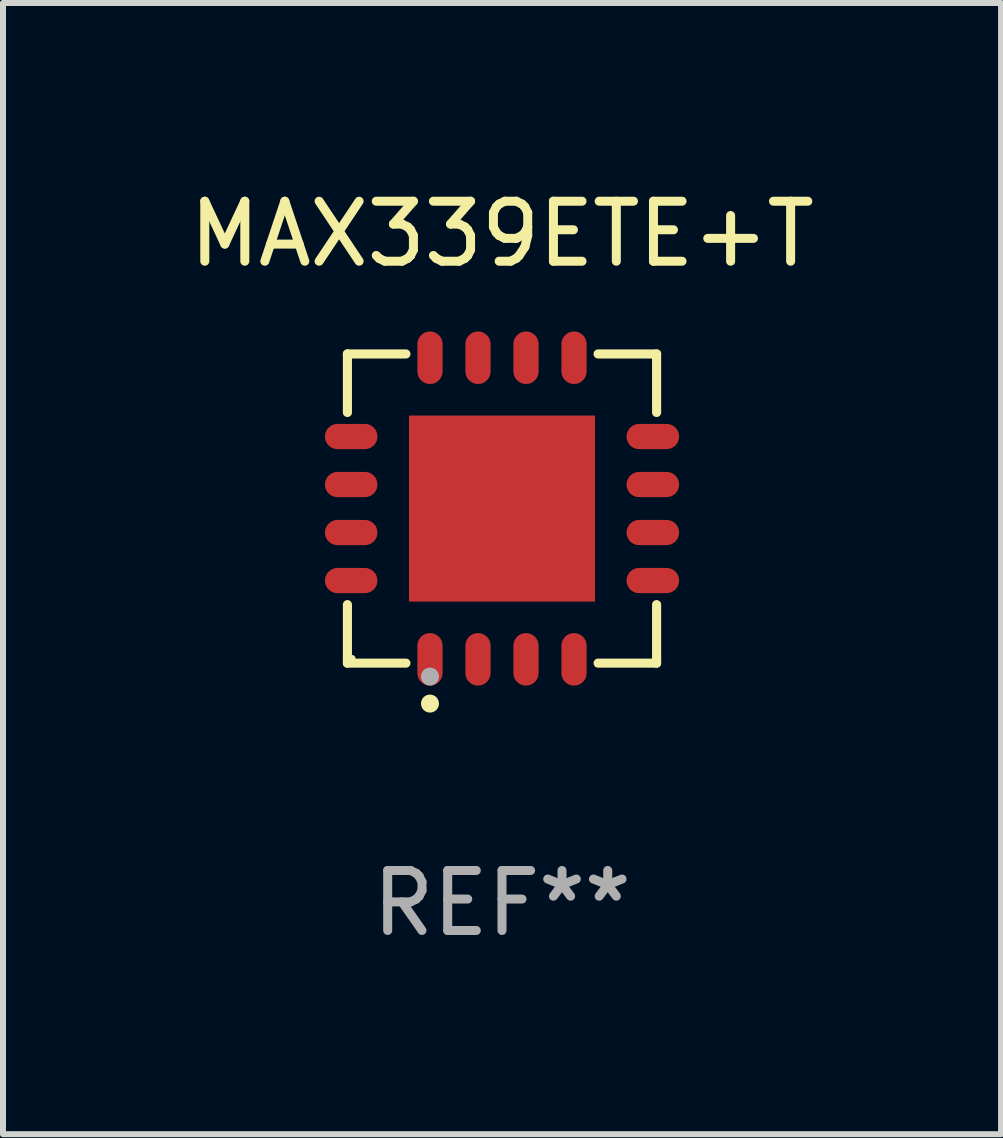
<source format=kicad_pcb>
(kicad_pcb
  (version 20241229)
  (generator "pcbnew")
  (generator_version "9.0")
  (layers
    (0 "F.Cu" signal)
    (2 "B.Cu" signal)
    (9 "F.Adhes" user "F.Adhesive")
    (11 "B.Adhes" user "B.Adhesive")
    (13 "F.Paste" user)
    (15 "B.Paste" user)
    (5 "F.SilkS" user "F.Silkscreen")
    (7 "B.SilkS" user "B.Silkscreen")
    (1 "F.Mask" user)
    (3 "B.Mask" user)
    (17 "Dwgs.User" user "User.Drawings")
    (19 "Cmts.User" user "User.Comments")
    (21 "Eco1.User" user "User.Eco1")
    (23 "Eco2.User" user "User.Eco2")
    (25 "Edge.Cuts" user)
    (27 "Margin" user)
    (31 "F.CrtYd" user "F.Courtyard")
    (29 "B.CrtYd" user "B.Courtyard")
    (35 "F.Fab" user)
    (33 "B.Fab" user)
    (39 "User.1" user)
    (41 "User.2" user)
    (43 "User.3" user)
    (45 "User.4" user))
  (footprint "MAX339ETE+T"
    (layer "F.Cu")
    (at 5.315 5.424)
    (property "Reference" "MAX339ETE+T" (at 0 -4.576 0) (layer "F.SilkS") (effects (font (size 1 1) (thickness 0.15))))
    (attr through_hole)
    (fp_line (start -2.576 -2.576) (end -1.601 -2.576) (stroke (width 0.152) (type solid)) (layer "F.SilkS"))
    (fp_line (start -2.576 -1.601) (end -2.576 -2.576) (stroke (width 0.152) (type solid)) (layer "F.SilkS"))
    (fp_line (start -2.576 1.601) (end -2.576 2.576) (stroke (width 0.152) (type solid)) (layer "F.SilkS"))
    (fp_line (start -2.576 2.576) (end -1.601 2.576) (stroke (width 0.152) (type solid)) (layer "F.SilkS"))
    (fp_line (start 2.576 -2.576) (end 1.601 -2.576) (stroke (width 0.152) (type solid)) (layer "F.SilkS"))
    (fp_line (start 2.576 -1.601) (end 2.576 -2.576) (stroke (width 0.152) (type solid)) (layer "F.SilkS"))
    (fp_line (start 2.576 1.601) (end 2.576 2.576) (stroke (width 0.152) (type solid)) (layer "F.SilkS"))
    (fp_line (start 2.576 2.576) (end 1.601 2.576) (stroke (width 0.152) (type solid)) (layer "F.SilkS"))
    (fp_circle (center -2.5 2.5) (end -2.47 2.5) (stroke (width 0.06) (type solid)) (fill no) (layer "F.SilkS"))
    (fp_circle (center -1.2 3.25) (end -1.125 3.25) (stroke (width 0.15) (type solid)) (fill no) (layer "F.SilkS"))
    (fp_circle (center -1.2 2.8) (end -1.125 2.8) (stroke (width 0.15) (type solid)) (fill no) (layer "F.Fab"))
    (fp_text user "REF**" (at 0 6.576 0) (layer "F.Fab") (effects (font (size 1 1) (thickness 0.15))))
    (pad "1" smd oval (at -1.2 2.513) (size 0.42 0.875) (layers "F.Cu" "F.Mask" "F.Paste"))
    (pad "2" smd oval (at -0.4 2.513) (size 0.42 0.875) (layers "F.Cu" "F.Mask" "F.Paste"))
    (pad "3" smd oval (at 0.4 2.513) (size 0.42 0.875) (layers "F.Cu" "F.Mask" "F.Paste"))
    (pad "4" smd oval (at 1.2 2.513) (size 0.42 0.875) (layers "F.Cu" "F.Mask" "F.Paste"))
    (pad "5" smd oval (at 2.513 1.2) (size 0.875 0.42) (layers "F.Cu" "F.Mask" "F.Paste"))
    (pad "6" smd oval (at 2.513 0.4) (size 0.875 0.42) (layers "F.Cu" "F.Mask" "F.Paste"))
    (pad "7" smd oval (at 2.513 -0.4) (size 0.875 0.42) (layers "F.Cu" "F.Mask" "F.Paste"))
    (pad "8" smd oval (at 2.513 -1.2) (size 0.875 0.42) (layers "F.Cu" "F.Mask" "F.Paste"))
    (pad "9" smd oval (at 1.2 -2.513) (size 0.42 0.875) (layers "F.Cu" "F.Mask" "F.Paste"))
    (pad "10" smd oval (at 0.4 -2.513) (size 0.42 0.875) (layers "F.Cu" "F.Mask" "F.Paste"))
    (pad "11" smd oval (at -0.4 -2.513) (size 0.42 0.875) (layers "F.Cu" "F.Mask" "F.Paste"))
    (pad "12" smd oval (at -1.2 -2.513) (size 0.42 0.875) (layers "F.Cu" "F.Mask" "F.Paste"))
    (pad "13" smd oval (at -2.513 -1.2) (size 0.875 0.42) (layers "F.Cu" "F.Mask" "F.Paste"))
    (pad "14" smd oval (at -2.513 -0.4) (size 0.875 0.42) (layers "F.Cu" "F.Mask" "F.Paste"))
    (pad "15" smd oval (at -2.513 0.4) (size 0.875 0.42) (layers "F.Cu" "F.Mask" "F.Paste"))
    (pad "16" smd oval (at -2.513 1.2) (size 0.875 0.42) (layers "F.Cu" "F.Mask" "F.Paste"))
    (pad "17" smd rect (at 0 0) (size 3.1 3.1) (layers "F.Cu" "F.Mask" "F.Paste")))
  (gr_rect
    (start -3 -3)
    (end 13.631 15.849)
    (stroke (width 0.1) (type default))
    (fill no)
    (layer "Edge.Cuts")))
</source>
